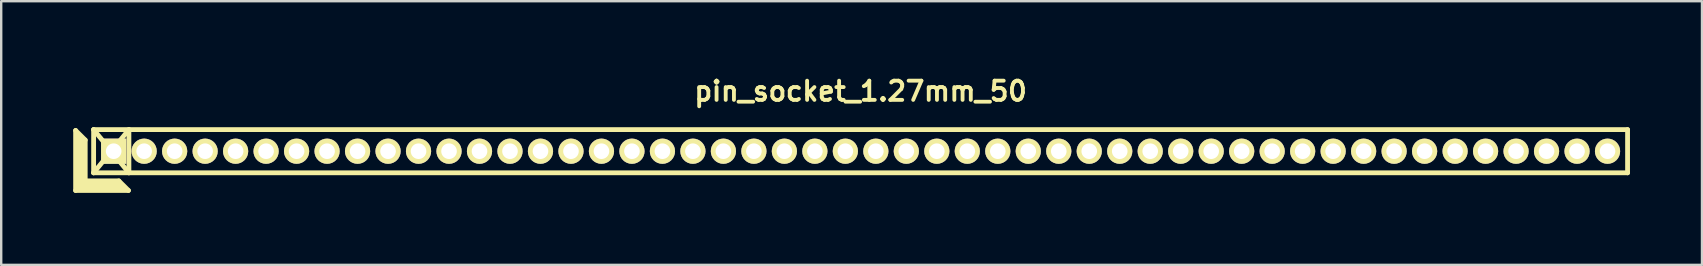
<source format=kicad_pcb>
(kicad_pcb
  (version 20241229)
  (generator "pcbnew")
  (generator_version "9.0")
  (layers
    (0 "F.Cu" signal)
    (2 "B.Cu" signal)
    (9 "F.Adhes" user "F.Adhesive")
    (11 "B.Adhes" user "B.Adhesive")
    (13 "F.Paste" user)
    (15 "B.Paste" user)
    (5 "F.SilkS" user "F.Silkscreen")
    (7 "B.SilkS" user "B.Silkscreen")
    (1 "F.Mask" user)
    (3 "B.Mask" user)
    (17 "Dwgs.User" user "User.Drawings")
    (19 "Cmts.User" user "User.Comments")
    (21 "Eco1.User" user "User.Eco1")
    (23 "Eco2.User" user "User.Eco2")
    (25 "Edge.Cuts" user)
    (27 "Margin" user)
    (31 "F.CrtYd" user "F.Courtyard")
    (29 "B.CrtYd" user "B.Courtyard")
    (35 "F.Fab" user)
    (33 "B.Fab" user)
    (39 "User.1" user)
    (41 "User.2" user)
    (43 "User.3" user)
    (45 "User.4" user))
  (footprint "pin_socket_1.27mm_50"
    (layer "F.Cu")
    (at 32.8 3.249)
    (property "Reference" "pin_socket_1.27mm_50" (at 0 -2.5 0) (layer "F.SilkS") (effects (font (size 0.8 0.8) (thickness 0.16))))
    (attr through_hole)
    (fp_line (start -32.7 -0.864) (end -32.7 1.636) (stroke (width 0.2) (type solid)) (layer "F.SilkS"))
    (fp_line (start -32.7 -0.864) (end -32.3 -0.464) (stroke (width 0.2) (type solid)) (layer "F.SilkS"))
    (fp_line (start -32.7 1.636) (end -30.5 1.636) (stroke (width 0.2) (type solid)) (layer "F.SilkS"))
    (fp_line (start -32.6 1.536) (end -32.6 -0.664) (stroke (width 0.2) (type solid)) (layer "F.SilkS"))
    (fp_line (start -32.6 1.536) (end -30.7 1.536) (stroke (width 0.2) (type solid)) (layer "F.SilkS"))
    (fp_line (start -32.5 1.436) (end -32.5 -0.564) (stroke (width 0.2) (type solid)) (layer "F.SilkS"))
    (fp_line (start -32.5 1.436) (end -30.8 1.436) (stroke (width 0.2) (type solid)) (layer "F.SilkS"))
    (fp_line (start -32.4 1.336) (end -32.4 -0.464) (stroke (width 0.2) (type solid)) (layer "F.SilkS"))
    (fp_line (start -32.4 1.336) (end -30.9 1.336) (stroke (width 0.2) (type solid)) (layer "F.SilkS"))
    (fp_line (start -32.3 1.236) (end -32.3 -0.464) (stroke (width 0.2) (type solid)) (layer "F.SilkS"))
    (fp_line (start -32.3 1.236) (end -30.9 1.236) (stroke (width 0.2) (type solid)) (layer "F.SilkS"))
    (fp_line (start -31.95 -0.9) (end -30.48 0.9) (stroke (width 0.2) (type solid)) (layer "F.SilkS"))
    (fp_line (start -31.95 -0.9) (end 31.95 -0.9) (stroke (width 0.2) (type solid)) (layer "F.SilkS"))
    (fp_line (start -31.95 0.9) (end -31.95 -0.9) (stroke (width 0.2) (type solid)) (layer "F.SilkS"))
    (fp_line (start -31.95 0.9) (end -30.48 -0.9) (stroke (width 0.2) (type solid)) (layer "F.SilkS"))
    (fp_line (start -30.9 1.236) (end -30.5 1.636) (stroke (width 0.2) (type solid)) (layer "F.SilkS"))
    (fp_line (start -30.48 -0.9) (end -30.48 0.9) (stroke (width 0.2) (type solid)) (layer "F.SilkS"))
    (fp_line (start 31.95 -0.9) (end 31.95 0.9) (stroke (width 0.2) (type solid)) (layer "F.SilkS"))
    (fp_line (start 31.95 0.9) (end -31.95 0.9) (stroke (width 0.2) (type solid)) (layer "F.SilkS"))
    (pad "1" thru_hole rect (at -31.115 0) (size 1.05 1.05) (drill 0.65) (layers "*.Cu" "*.Mask" "F.SilkS"))
    (pad "2" thru_hole oval (at -29.845 0) (size 1.05 1.05) (drill 0.65) (layers "*.Cu" "*.Mask" "F.SilkS"))
    (pad "3" thru_hole oval (at -28.575 0) (size 1.05 1.05) (drill 0.65) (layers "*.Cu" "*.Mask" "F.SilkS"))
    (pad "4" thru_hole oval (at -27.305 0) (size 1.05 1.05) (drill 0.65) (layers "*.Cu" "*.Mask" "F.SilkS"))
    (pad "5" thru_hole oval (at -26.035 0) (size 1.05 1.05) (drill 0.65) (layers "*.Cu" "*.Mask" "F.SilkS"))
    (pad "6" thru_hole oval (at -24.765 0) (size 1.05 1.05) (drill 0.65) (layers "*.Cu" "*.Mask" "F.SilkS"))
    (pad "7" thru_hole oval (at -23.495 0) (size 1.05 1.05) (drill 0.65) (layers "*.Cu" "*.Mask" "F.SilkS"))
    (pad "8" thru_hole oval (at -22.225 0) (size 1.05 1.05) (drill 0.65) (layers "*.Cu" "*.Mask" "F.SilkS"))
    (pad "9" thru_hole oval (at -20.955 0) (size 1.05 1.05) (drill 0.65) (layers "*.Cu" "*.Mask" "F.SilkS"))
    (pad "10" thru_hole oval (at -19.685 0) (size 1.05 1.05) (drill 0.65) (layers "*.Cu" "*.Mask" "F.SilkS"))
    (pad "11" thru_hole oval (at -18.415 0) (size 1.05 1.05) (drill 0.65) (layers "*.Cu" "*.Mask" "F.SilkS"))
    (pad "12" thru_hole oval (at -17.145 0) (size 1.05 1.05) (drill 0.65) (layers "*.Cu" "*.Mask" "F.SilkS"))
    (pad "13" thru_hole oval (at -15.875 0) (size 1.05 1.05) (drill 0.65) (layers "*.Cu" "*.Mask" "F.SilkS"))
    (pad "14" thru_hole oval (at -14.605 0) (size 1.05 1.05) (drill 0.65) (layers "*.Cu" "*.Mask" "F.SilkS"))
    (pad "15" thru_hole oval (at -13.335 0) (size 1.05 1.05) (drill 0.65) (layers "*.Cu" "*.Mask" "F.SilkS"))
    (pad "16" thru_hole oval (at -12.065 0) (size 1.05 1.05) (drill 0.65) (layers "*.Cu" "*.Mask" "F.SilkS"))
    (pad "17" thru_hole oval (at -10.795 0) (size 1.05 1.05) (drill 0.65) (layers "*.Cu" "*.Mask" "F.SilkS"))
    (pad "18" thru_hole oval (at -9.525 0) (size 1.05 1.05) (drill 0.65) (layers "*.Cu" "*.Mask" "F.SilkS"))
    (pad "19" thru_hole oval (at -8.255 0) (size 1.05 1.05) (drill 0.65) (layers "*.Cu" "*.Mask" "F.SilkS"))
    (pad "20" thru_hole oval (at -6.985 0) (size 1.05 1.05) (drill 0.65) (layers "*.Cu" "*.Mask" "F.SilkS"))
    (pad "21" thru_hole oval (at -5.715 0) (size 1.05 1.05) (drill 0.65) (layers "*.Cu" "*.Mask" "F.SilkS"))
    (pad "22" thru_hole oval (at -4.445 0) (size 1.05 1.05) (drill 0.65) (layers "*.Cu" "*.Mask" "F.SilkS"))
    (pad "23" thru_hole oval (at -3.175 0) (size 1.05 1.05) (drill 0.65) (layers "*.Cu" "*.Mask" "F.SilkS"))
    (pad "24" thru_hole oval (at -1.905 0) (size 1.05 1.05) (drill 0.65) (layers "*.Cu" "*.Mask" "F.SilkS"))
    (pad "25" thru_hole oval (at -0.635 0) (size 1.05 1.05) (drill 0.65) (layers "*.Cu" "*.Mask" "F.SilkS"))
    (pad "26" thru_hole oval (at 0.635 0) (size 1.05 1.05) (drill 0.65) (layers "*.Cu" "*.Mask" "F.SilkS"))
    (pad "27" thru_hole oval (at 1.905 0) (size 1.05 1.05) (drill 0.65) (layers "*.Cu" "*.Mask" "F.SilkS"))
    (pad "28" thru_hole oval (at 3.175 0) (size 1.05 1.05) (drill 0.65) (layers "*.Cu" "*.Mask" "F.SilkS"))
    (pad "29" thru_hole oval (at 4.445 0) (size 1.05 1.05) (drill 0.65) (layers "*.Cu" "*.Mask" "F.SilkS"))
    (pad "30" thru_hole oval (at 5.715 0) (size 1.05 1.05) (drill 0.65) (layers "*.Cu" "*.Mask" "F.SilkS"))
    (pad "31" thru_hole oval (at 6.985 0) (size 1.05 1.05) (drill 0.65) (layers "*.Cu" "*.Mask" "F.SilkS"))
    (pad "32" thru_hole oval (at 8.255 0) (size 1.05 1.05) (drill 0.65) (layers "*.Cu" "*.Mask" "F.SilkS"))
    (pad "33" thru_hole oval (at 9.525 0) (size 1.05 1.05) (drill 0.65) (layers "*.Cu" "*.Mask" "F.SilkS"))
    (pad "34" thru_hole oval (at 10.795 0) (size 1.05 1.05) (drill 0.65) (layers "*.Cu" "*.Mask" "F.SilkS"))
    (pad "35" thru_hole oval (at 12.065 0) (size 1.05 1.05) (drill 0.65) (layers "*.Cu" "*.Mask" "F.SilkS"))
    (pad "36" thru_hole oval (at 13.335 0) (size 1.05 1.05) (drill 0.65) (layers "*.Cu" "*.Mask" "F.SilkS"))
    (pad "37" thru_hole oval (at 14.605 0) (size 1.05 1.05) (drill 0.65) (layers "*.Cu" "*.Mask" "F.SilkS"))
    (pad "38" thru_hole oval (at 15.875 0) (size 1.05 1.05) (drill 0.65) (layers "*.Cu" "*.Mask" "F.SilkS"))
    (pad "39" thru_hole oval (at 17.145 0) (size 1.05 1.05) (drill 0.65) (layers "*.Cu" "*.Mask" "F.SilkS"))
    (pad "40" thru_hole oval (at 18.415 0) (size 1.05 1.05) (drill 0.65) (layers "*.Cu" "*.Mask" "F.SilkS"))
    (pad "41" thru_hole oval (at 19.685 0) (size 1.05 1.05) (drill 0.65) (layers "*.Cu" "*.Mask" "F.SilkS"))
    (pad "42" thru_hole oval (at 20.955 0) (size 1.05 1.05) (drill 0.65) (layers "*.Cu" "*.Mask" "F.SilkS"))
    (pad "43" thru_hole oval (at 22.225 0) (size 1.05 1.05) (drill 0.65) (layers "*.Cu" "*.Mask" "F.SilkS"))
    (pad "44" thru_hole oval (at 23.495 0) (size 1.05 1.05) (drill 0.65) (layers "*.Cu" "*.Mask" "F.SilkS"))
    (pad "45" thru_hole oval (at 24.765 0) (size 1.05 1.05) (drill 0.65) (layers "*.Cu" "*.Mask" "F.SilkS"))
    (pad "46" thru_hole oval (at 26.035 0) (size 1.05 1.05) (drill 0.65) (layers "*.Cu" "*.Mask" "F.SilkS"))
    (pad "47" thru_hole oval (at 27.305 0) (size 1.05 1.05) (drill 0.65) (layers "*.Cu" "*.Mask" "F.SilkS"))
    (pad "48" thru_hole oval (at 28.575 0) (size 1.05 1.05) (drill 0.65) (layers "*.Cu" "*.Mask" "F.SilkS"))
    (pad "49" thru_hole oval (at 29.845 0) (size 1.05 1.05) (drill 0.65) (layers "*.Cu" "*.Mask" "F.SilkS"))
    (pad "50" thru_hole oval (at 31.115 0) (size 1.05 1.05) (drill 0.65) (layers "*.Cu" "*.Mask" "F.SilkS")))
  (gr_rect
    (start -3 -3)
    (end 67.85 7.985)
    (stroke (width 0.1) (type default))
    (fill no)
    (layer "Edge.Cuts")))
</source>
